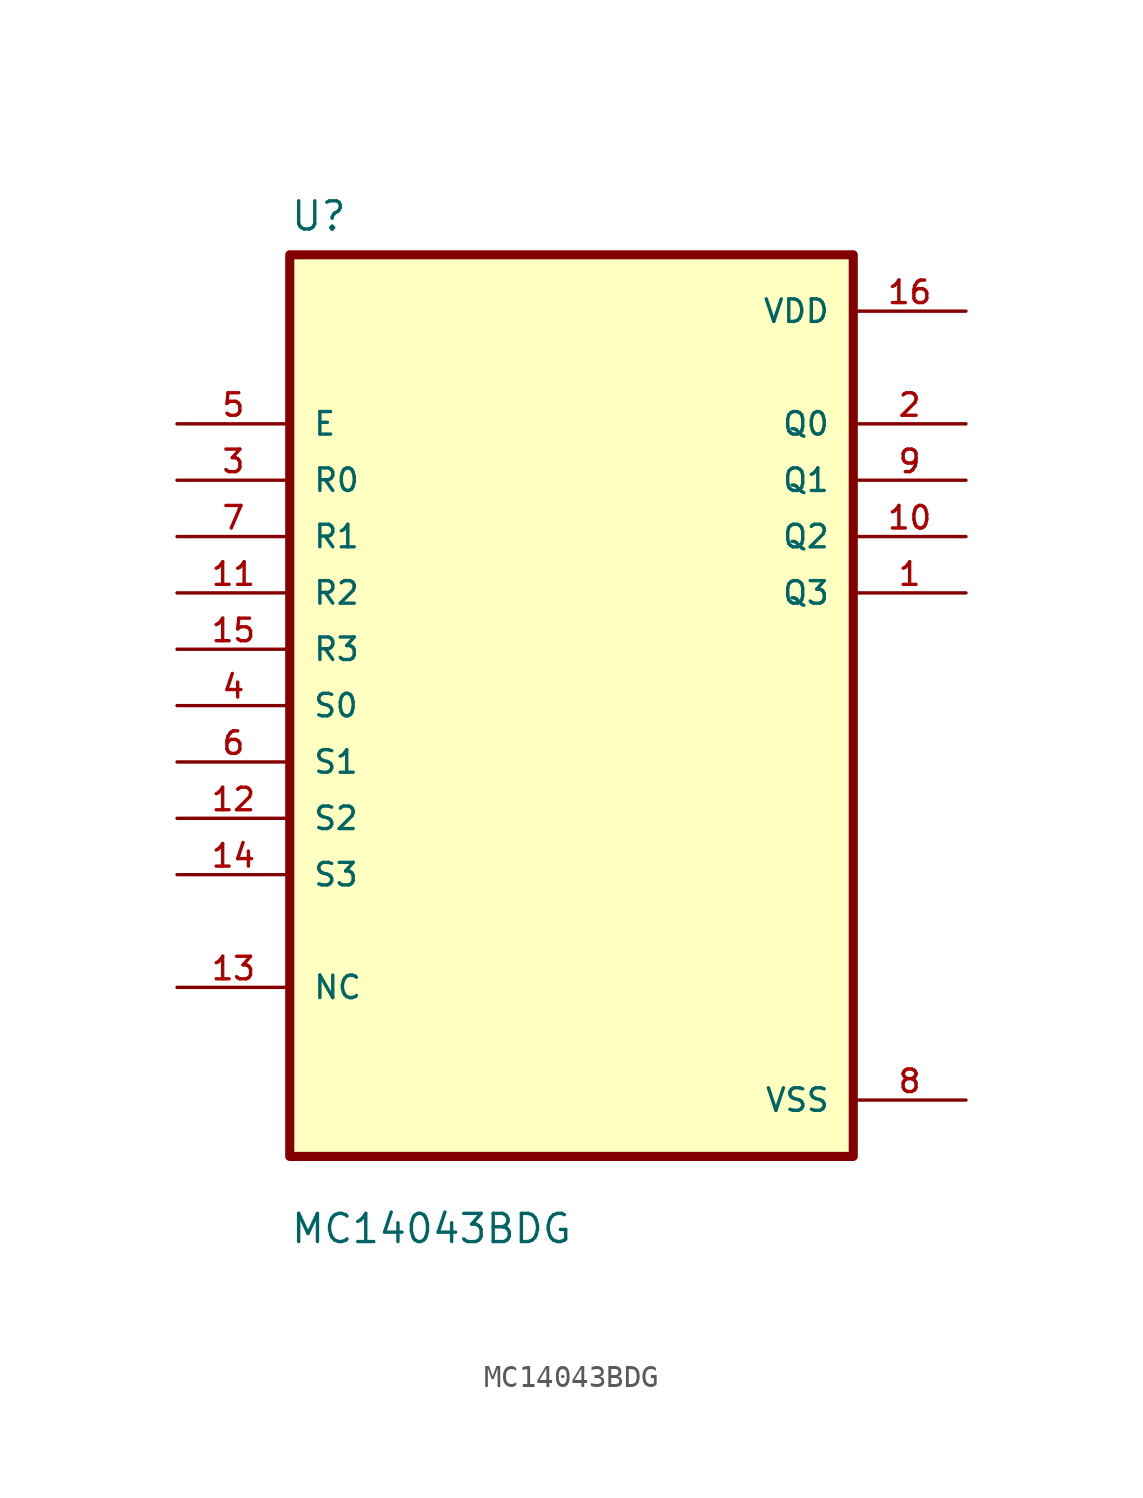
<source format=kicad_sym>
(kicad_symbol_lib
  (version 20211014)
  (generator kicad_symbol_editor)
  (symbol "MC14043BDG"
    (pin_names
      (offset 1.016))
    (property "Reference" "U"
      (at -12.7 21.32 0.0)
      (effects (font (size 1.27 1.27)) (justify bottom left)))
    (property "Value" "MC14043BDG"
      (at -12.7 -24.32 0.0)
      (effects (font (size 1.27 1.27)) (justify bottom left)))
    (symbol "MC14043BDG_0_0"
      (rectangle (start -12.7 -20.32) (end 12.7 20.32) (stroke (width 0.41)) (fill (type background)))
      (pin input line (at -17.78 12.7 0) (length 5.08) (name "E" (effects (font (size 1.016 1.016)))) (number "5" (effects (font (size 1.016 1.016)))))
      (pin input line (at -17.78 10.16 0) (length 5.08) (name "R0" (effects (font (size 1.016 1.016)))) (number "3" (effects (font (size 1.016 1.016)))))
      (pin input line (at -17.78 7.62 0) (length 5.08) (name "R1" (effects (font (size 1.016 1.016)))) (number "7" (effects (font (size 1.016 1.016)))))
      (pin input line (at -17.78 5.08 0) (length 5.08) (name "R2" (effects (font (size 1.016 1.016)))) (number "11" (effects (font (size 1.016 1.016)))))
      (pin input line (at -17.78 2.54 0) (length 5.08) (name "R3" (effects (font (size 1.016 1.016)))) (number "15" (effects (font (size 1.016 1.016)))))
      (pin input line (at -17.78 0.0 0) (length 5.08) (name "S0" (effects (font (size 1.016 1.016)))) (number "4" (effects (font (size 1.016 1.016)))))
      (pin input line (at -17.78 -2.54 0) (length 5.08) (name "S1" (effects (font (size 1.016 1.016)))) (number "6" (effects (font (size 1.016 1.016)))))
      (pin input line (at -17.78 -5.08 0) (length 5.08) (name "S2" (effects (font (size 1.016 1.016)))) (number "12" (effects (font (size 1.016 1.016)))))
      (pin input line (at -17.78 -7.62 0) (length 5.08) (name "S3" (effects (font (size 1.016 1.016)))) (number "14" (effects (font (size 1.016 1.016)))))
      (pin bidirectional line (at -17.78 -12.7 0) (length 5.08) (name "NC" (effects (font (size 1.016 1.016)))) (number "13" (effects (font (size 1.016 1.016)))))
      (pin power_in line (at 17.78 17.78 180.0) (length 5.08) (name "VDD" (effects (font (size 1.016 1.016)))) (number "16" (effects (font (size 1.016 1.016)))))
      (pin output line (at 17.78 12.7 180.0) (length 5.08) (name "Q0" (effects (font (size 1.016 1.016)))) (number "2" (effects (font (size 1.016 1.016)))))
      (pin output line (at 17.78 10.16 180.0) (length 5.08) (name "Q1" (effects (font (size 1.016 1.016)))) (number "9" (effects (font (size 1.016 1.016)))))
      (pin output line (at 17.78 7.62 180.0) (length 5.08) (name "Q2" (effects (font (size 1.016 1.016)))) (number "10" (effects (font (size 1.016 1.016)))))
      (pin output line (at 17.78 5.08 180.0) (length 5.08) (name "Q3" (effects (font (size 1.016 1.016)))) (number "1" (effects (font (size 1.016 1.016)))))
      (pin power_in line (at 17.78 -17.78 180.0) (length 5.08) (name "VSS" (effects (font (size 1.016 1.016)))) (number "8" (effects (font (size 1.016 1.016))))))))
</source>
